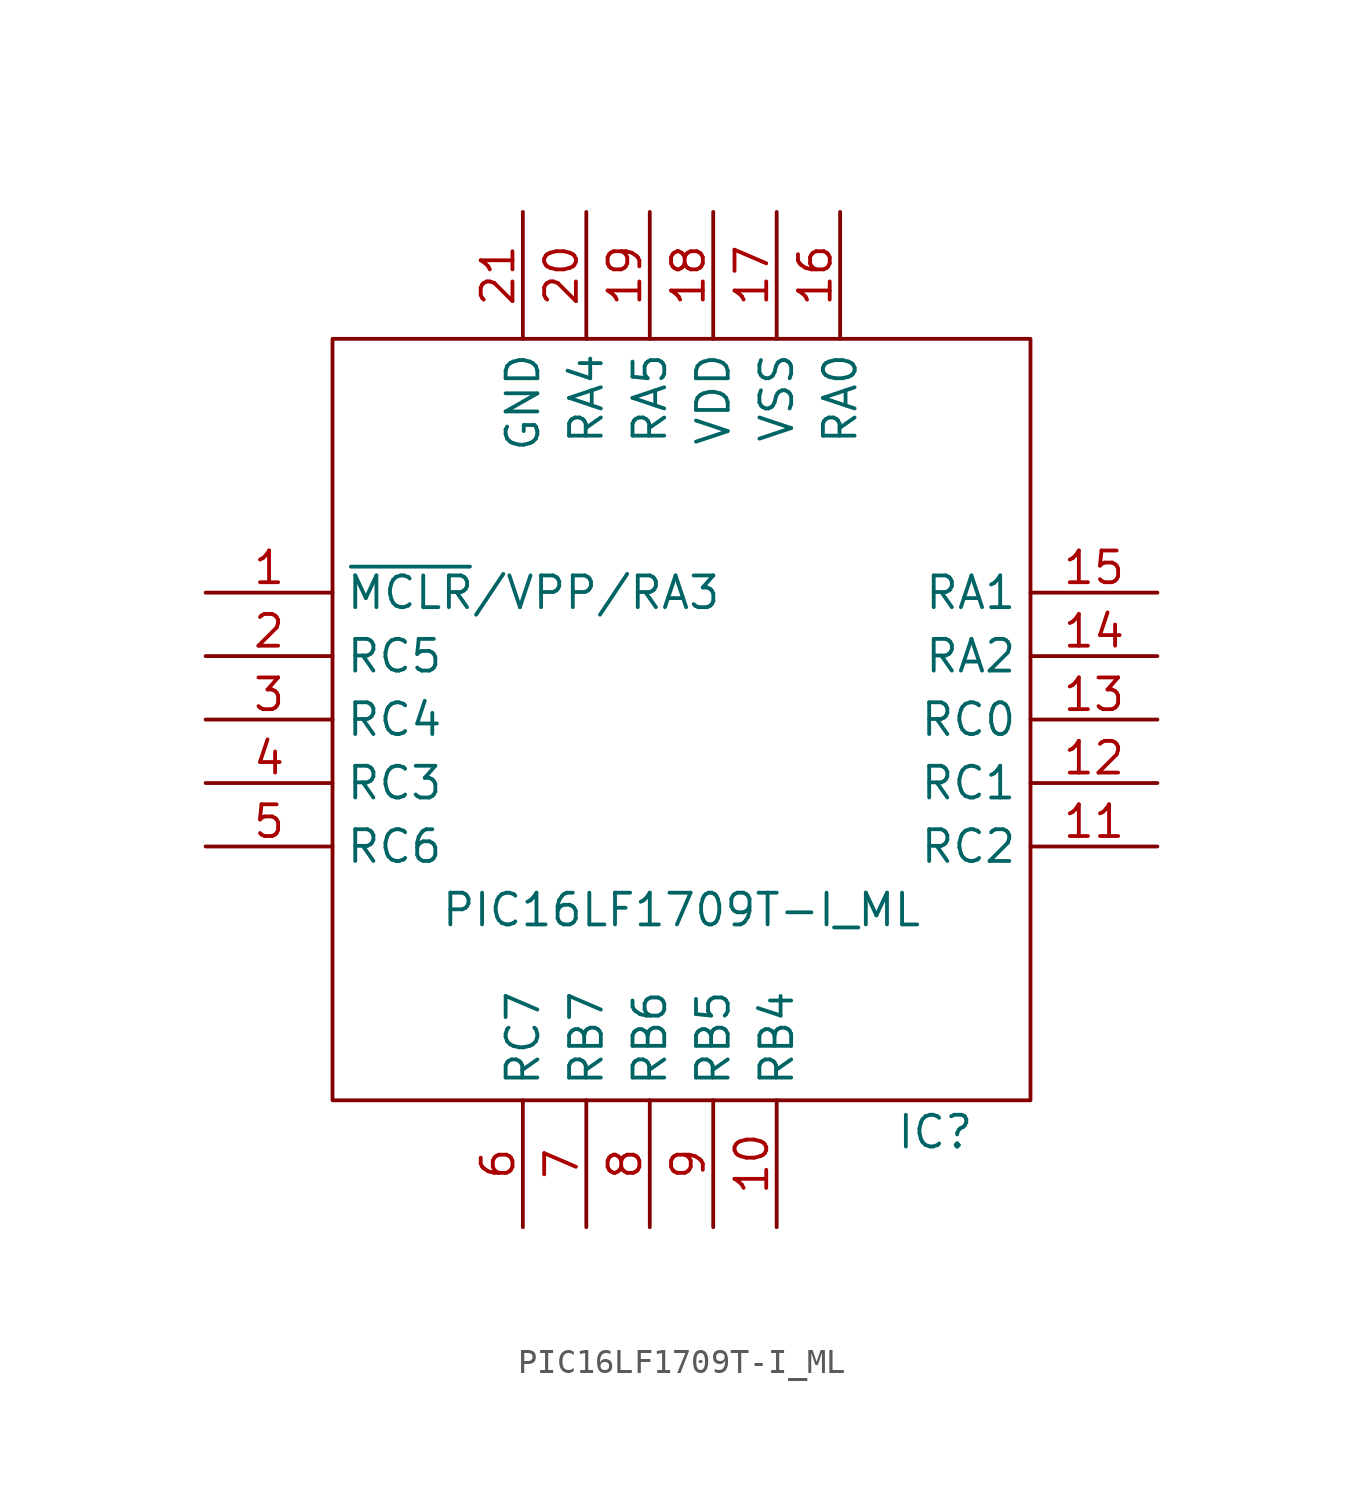
<source format=kicad_sym>
(kicad_symbol_lib
  (version 20211014)
  (generator kicad_symbol_editor)
  (symbol "PIC16LF1709T-I_ML"
    (property "Reference" "IC"
      (at 10.16 -16.51 0)
      (effects (font (size 1.27 1.27))))
    (property "Value" "PIC16LF1709T-I_ML"
      (at 0 -7.62 0)
      (effects (font (size 1.27 1.27))))
    (symbol "PIC16LF1709T-I_ML_0_0"
      (pin passive line (at -19.05 5.08 0) (length 5.08) (name "~{MCLR}/VPP/RA3" (effects (font (size 1.27 1.27)))) (number "1" (effects (font (size 1.27 1.27)))))
      (pin passive line (at 3.81 -20.32 90) (length 5.08) (name "RB4" (effects (font (size 1.27 1.27)))) (number "10" (effects (font (size 1.27 1.27)))))
      (pin passive line (at 19.05 -5.08 180) (length 5.08) (name "RC2" (effects (font (size 1.27 1.27)))) (number "11" (effects (font (size 1.27 1.27)))))
      (pin passive line (at 19.05 -2.54 180) (length 5.08) (name "RC1" (effects (font (size 1.27 1.27)))) (number "12" (effects (font (size 1.27 1.27)))))
      (pin passive line (at 19.05 0 180) (length 5.08) (name "RC0" (effects (font (size 1.27 1.27)))) (number "13" (effects (font (size 1.27 1.27)))))
      (pin passive line (at 19.05 2.54 180) (length 5.08) (name "RA2" (effects (font (size 1.27 1.27)))) (number "14" (effects (font (size 1.27 1.27)))))
      (pin passive line (at 19.05 5.08 180) (length 5.08) (name "RA1" (effects (font (size 1.27 1.27)))) (number "15" (effects (font (size 1.27 1.27)))))
      (pin passive line (at 6.35 20.32 270) (length 5.08) (name "RA0" (effects (font (size 1.27 1.27)))) (number "16" (effects (font (size 1.27 1.27)))))
      (pin power_in line (at 3.81 20.32 270) (length 5.08) (name "VSS" (effects (font (size 1.27 1.27)))) (number "17" (effects (font (size 1.27 1.27)))))
      (pin power_in line (at 1.27 20.32 270) (length 5.08) (name "VDD" (effects (font (size 1.27 1.27)))) (number "18" (effects (font (size 1.27 1.27)))))
      (pin passive line (at -1.27 20.32 270) (length 5.08) (name "RA5" (effects (font (size 1.27 1.27)))) (number "19" (effects (font (size 1.27 1.27)))))
      (pin passive line (at -19.05 2.54 0) (length 5.08) (name "RC5" (effects (font (size 1.27 1.27)))) (number "2" (effects (font (size 1.27 1.27)))))
      (pin passive line (at -3.81 20.32 270) (length 5.08) (name "RA4" (effects (font (size 1.27 1.27)))) (number "20" (effects (font (size 1.27 1.27)))))
      (pin power_in line (at -6.35 20.32 270) (length 5.08) (name "GND" (effects (font (size 1.27 1.27)))) (number "21" (effects (font (size 1.27 1.27)))))
      (pin passive line (at -19.05 0 0) (length 5.08) (name "RC4" (effects (font (size 1.27 1.27)))) (number "3" (effects (font (size 1.27 1.27)))))
      (pin passive line (at -19.05 -2.54 0) (length 5.08) (name "RC3" (effects (font (size 1.27 1.27)))) (number "4" (effects (font (size 1.27 1.27)))))
      (pin passive line (at -19.05 -5.08 0) (length 5.08) (name "RC6" (effects (font (size 1.27 1.27)))) (number "5" (effects (font (size 1.27 1.27)))))
      (pin passive line (at -6.35 -20.32 90) (length 5.08) (name "RC7" (effects (font (size 1.27 1.27)))) (number "6" (effects (font (size 1.27 1.27)))))
      (pin passive line (at -3.81 -20.32 90) (length 5.08) (name "RB7" (effects (font (size 1.27 1.27)))) (number "7" (effects (font (size 1.27 1.27)))))
      (pin passive line (at -1.27 -20.32 90) (length 5.08) (name "RB6" (effects (font (size 1.27 1.27)))) (number "8" (effects (font (size 1.27 1.27)))))
      (pin passive line (at 1.27 -20.32 90) (length 5.08) (name "RB5" (effects (font (size 1.27 1.27)))) (number "9" (effects (font (size 1.27 1.27))))))
    (symbol "PIC16LF1709T-I_ML_0_1"
      (polyline (pts (xy -13.97 15.24) (xy 13.97 15.24) (xy 13.97 -15.24) (xy -13.97 -15.24) (xy -13.97 15.24)) (stroke (width 0.152) (type default) (color 0 0 0 0)) (fill (type none))))))
</source>
